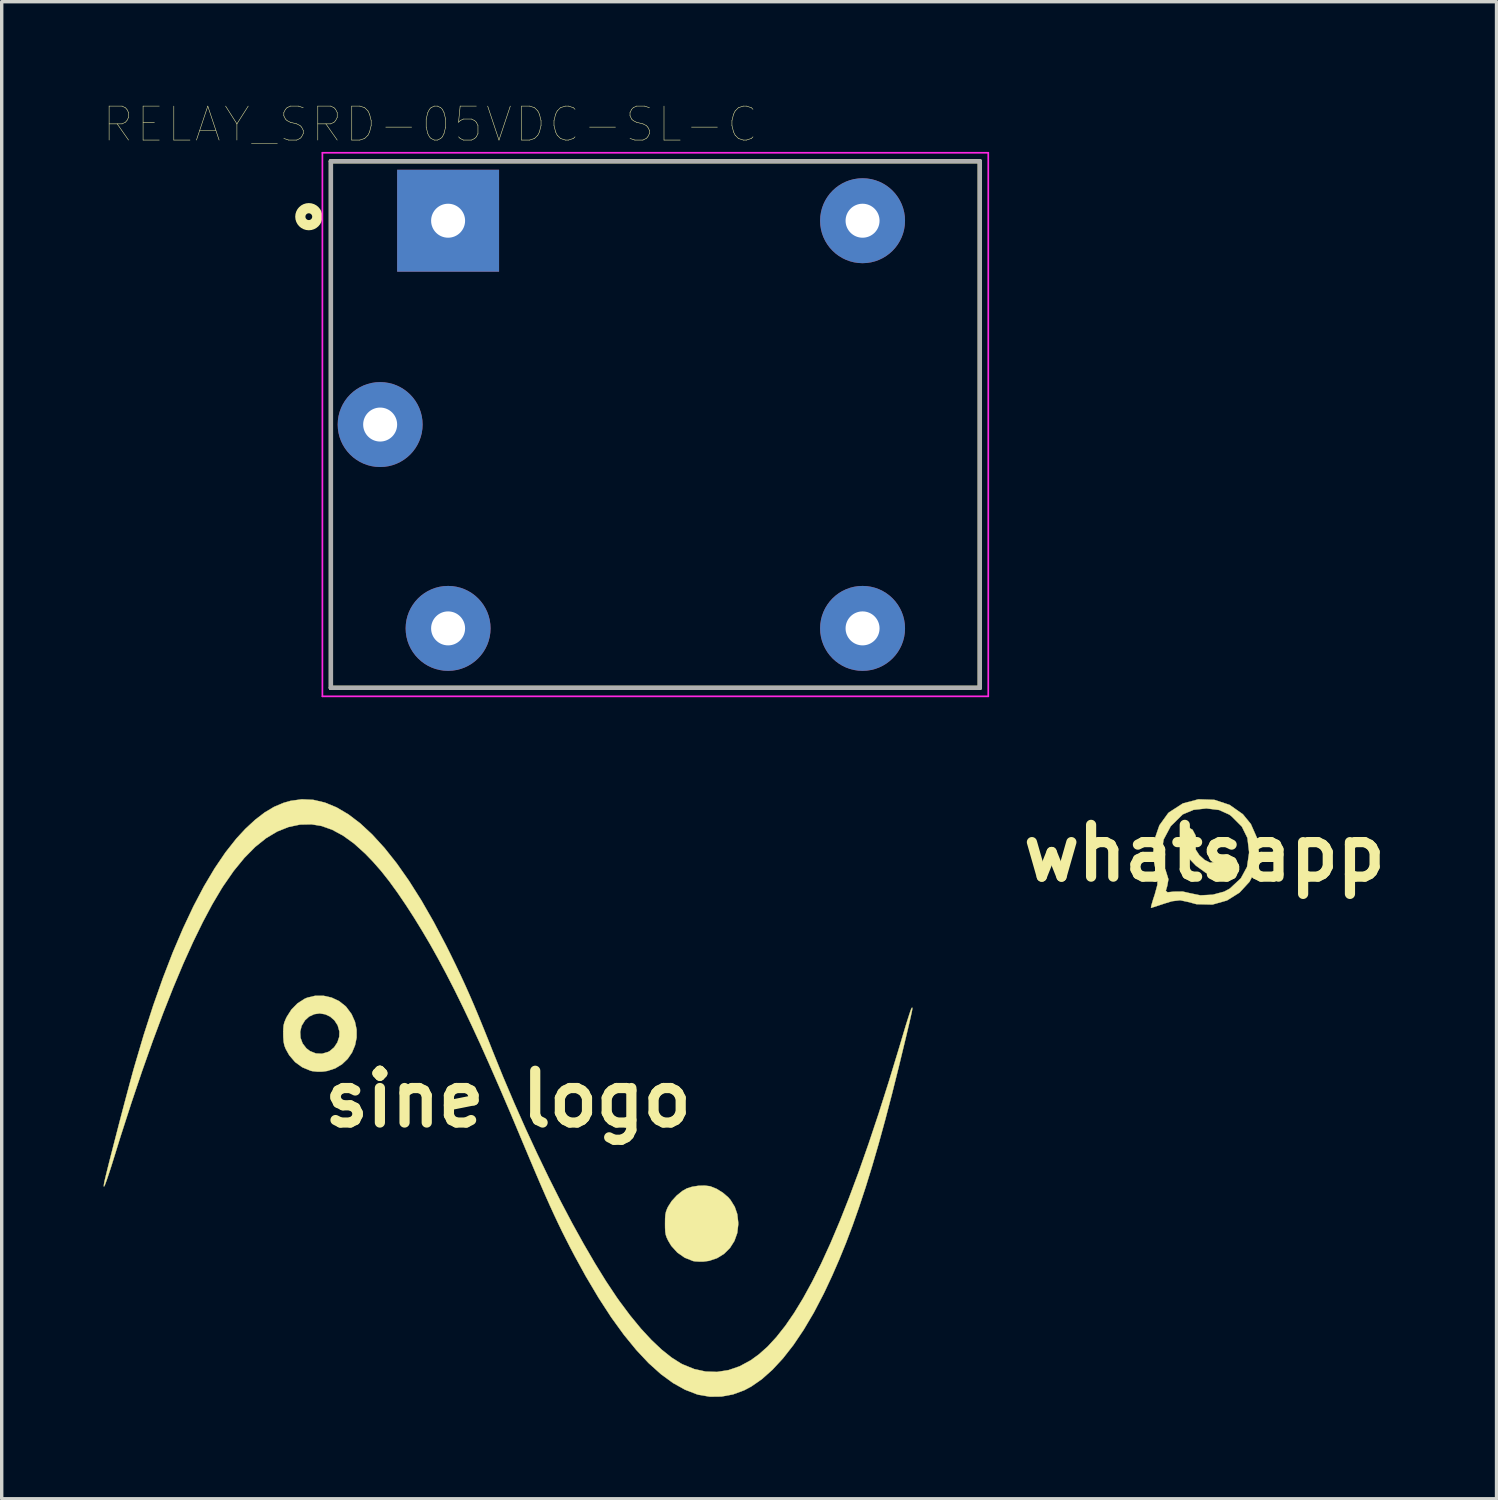
<source format=kicad_pcb>
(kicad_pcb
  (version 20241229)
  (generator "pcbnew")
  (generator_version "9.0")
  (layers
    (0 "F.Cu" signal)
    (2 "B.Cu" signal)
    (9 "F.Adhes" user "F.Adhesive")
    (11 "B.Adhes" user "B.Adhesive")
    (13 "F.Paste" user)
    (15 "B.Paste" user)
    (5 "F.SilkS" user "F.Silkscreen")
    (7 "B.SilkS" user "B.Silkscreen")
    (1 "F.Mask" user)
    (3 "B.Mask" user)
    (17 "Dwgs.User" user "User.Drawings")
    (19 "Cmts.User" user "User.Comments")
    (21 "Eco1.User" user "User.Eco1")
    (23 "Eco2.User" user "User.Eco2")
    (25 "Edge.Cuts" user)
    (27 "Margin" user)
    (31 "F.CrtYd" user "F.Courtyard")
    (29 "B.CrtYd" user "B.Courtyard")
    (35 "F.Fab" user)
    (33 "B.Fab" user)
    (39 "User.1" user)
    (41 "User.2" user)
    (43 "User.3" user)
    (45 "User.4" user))
  (footprint "whatsapp"
    (layer "F.Cu")
    (at 32.405 22.065)
    (property "Reference" "whatsapp" (at 0 0 0) (layer "F.SilkS") (effects (font (size 1.524 1.524) (thickness 0.3))))
    (attr through_hole)
    (fp_poly (pts (xy -0.351 -0.69) (xy -0.261 -0.521) (xy -0.236 -0.329) (xy -0.263 -0.235) (xy -0.257 -0.102) (xy -0.153 0.057) (xy 0.004 0.198) (xy 0.166 0.279) (xy 0.283 0.259) (xy 0.471 0.174) (xy 0.677 0.223) (xy 0.762 0.296) (xy 0.819 0.449) (xy 0.745 0.572) (xy 0.578 0.651) (xy 0.356 0.669) (xy 0.115 0.614) (xy 0.042 0.579) (xy -0.253 0.365) (xy -0.516 0.09) (xy -0.678 -0.172) (xy -0.721 -0.406) (xy -0.672 -0.616) (xy -0.551 -0.745) (xy -0.476 -0.762) (xy -0.351 -0.69)) (stroke (width 0.01) (type solid)) (fill yes) (layer "F.SilkS"))
    (fp_poly (pts (xy 0.29 -1.571) (xy 0.738 -1.423) (xy 1.129 -1.148) (xy 1.364 -0.86) (xy 1.56 -0.416) (xy 1.606 0.031) (xy 1.521 0.457) (xy 1.324 0.841) (xy 1.031 1.159) (xy 0.662 1.39) (xy 0.234 1.511) (xy -0.234 1.5) (xy -0.495 1.431) (xy -0.717 1.384) (xy -0.958 1.413) (xy -1.158 1.474) (xy -1.39 1.551) (xy -1.544 1.6) (xy -1.576 1.609) (xy -1.564 1.537) (xy -1.51 1.353) (xy -1.464 1.215) (xy -1.386 0.929) (xy -1.383 0.712) (xy -1.427 0.553) (xy -1.516 0.095) (xy -1.51 0.014) (xy -1.269 0.014) (xy -1.182 0.425) (xy -1.143 0.507) (xy -1.062 0.767) (xy -1.097 0.963) (xy -1.139 1.105) (xy -1.088 1.15) (xy -0.907 1.131) (xy -0.906 1.131) (xy -0.642 1.128) (xy -0.423 1.178) (xy -0.12 1.24) (xy 0.242 1.221) (xy 0.579 1.131) (xy 0.745 1.041) (xy 1.071 0.737) (xy 1.252 0.403) (xy 1.312 -0.008) (xy 1.312 -0.042) (xy 1.263 -0.451) (xy 1.1 -0.783) (xy 0.799 -1.084) (xy 0.729 -1.138) (xy 0.429 -1.273) (xy 0.055 -1.319) (xy -0.323 -1.277) (xy -0.633 -1.147) (xy -0.65 -1.135) (xy -0.994 -0.796) (xy -1.204 -0.402) (xy -1.269 0.014) (xy -1.51 0.014) (xy -1.479 -0.381) (xy -1.327 -0.822) (xy -1.071 -1.177) (xy -1.043 -1.203) (xy -0.636 -1.466) (xy -0.179 -1.587) (xy 0.29 -1.571)) (stroke (width 0.01) (type solid)) (fill yes) (layer "F.SilkS")))
  (footprint "sine logo"
    (layer "F.Cu")
    (at 11.906 29.303)
    (property "Reference" "sine logo" (at 0 0 0) (layer "F.SilkS") (effects (font (size 1.524 1.524) (thickness 0.3))))
    (attr through_hole)
    (fp_poly (pts (xy 5.941 2.564) (xy 5.953 2.567) (xy 6.138 2.641) (xy 6.323 2.756) (xy 6.483 2.894) (xy 6.547 2.969) (xy 6.672 3.171) (xy 6.746 3.386) (xy 6.774 3.631) (xy 6.775 3.685) (xy 6.745 3.941) (xy 6.661 4.176) (xy 6.53 4.382) (xy 6.358 4.553) (xy 6.152 4.681) (xy 5.918 4.76) (xy 5.75 4.782) (xy 5.624 4.783) (xy 5.511 4.776) (xy 5.445 4.766) (xy 5.198 4.667) (xy 4.982 4.516) (xy 4.804 4.32) (xy 4.713 4.168) (xy 4.669 4.076) (xy 4.642 3.996) (xy 4.627 3.907) (xy 4.621 3.79) (xy 4.62 3.667) (xy 4.622 3.513) (xy 4.63 3.402) (xy 4.648 3.315) (xy 4.679 3.232) (xy 4.707 3.171) (xy 4.816 3) (xy 4.964 2.838) (xy 5.131 2.703) (xy 5.263 2.628) (xy 5.417 2.58) (xy 5.6 2.551) (xy 5.784 2.545) (xy 5.941 2.564)) (stroke (width 0.01) (type solid)) (fill yes) (layer "F.SilkS"))
    (fp_poly (pts (xy -5.433 -3.042) (xy -5.194 -2.988) (xy -4.973 -2.884) (xy -4.783 -2.733) (xy -4.763 -2.712) (xy -4.608 -2.503) (xy -4.508 -2.278) (xy -4.459 -2.045) (xy -4.459 -1.812) (xy -4.505 -1.586) (xy -4.593 -1.374) (xy -4.722 -1.185) (xy -4.889 -1.026) (xy -5.09 -0.905) (xy -5.322 -0.829) (xy -5.468 -0.809) (xy -5.615 -0.808) (xy -5.757 -0.823) (xy -5.812 -0.835) (xy -6.058 -0.937) (xy -6.269 -1.09) (xy -6.442 -1.292) (xy -6.547 -1.479) (xy -6.585 -1.579) (xy -6.607 -1.686) (xy -6.617 -1.822) (xy -6.619 -1.921) (xy -6.618 -1.983) (xy -6.12 -1.983) (xy -6.11 -1.805) (xy -6.049 -1.639) (xy -5.938 -1.495) (xy -5.832 -1.414) (xy -5.659 -1.345) (xy -5.477 -1.336) (xy -5.299 -1.388) (xy -5.252 -1.413) (xy -5.122 -1.522) (xy -5.025 -1.669) (xy -4.97 -1.834) (xy -4.965 -1.989) (xy -5.016 -2.171) (xy -5.111 -2.318) (xy -5.237 -2.428) (xy -5.385 -2.497) (xy -5.546 -2.523) (xy -5.707 -2.5) (xy -5.86 -2.428) (xy -5.978 -2.32) (xy -6.077 -2.158) (xy -6.12 -1.983) (xy -6.618 -1.983) (xy -6.617 -2.067) (xy -6.608 -2.172) (xy -6.585 -2.261) (xy -6.545 -2.358) (xy -6.516 -2.419) (xy -6.377 -2.637) (xy -6.199 -2.818) (xy -5.991 -2.952) (xy -5.912 -2.986) (xy -5.677 -3.042) (xy -5.433 -3.042)) (stroke (width 0.01) (type solid)) (fill yes) (layer "F.SilkS"))
    (fp_poly (pts (xy -5.735 -8.809) (xy -5.394 -8.729) (xy -5.049 -8.587) (xy -4.701 -8.382) (xy -4.35 -8.115) (xy -3.996 -7.785) (xy -3.639 -7.394) (xy -3.279 -6.941) (xy -2.918 -6.427) (xy -2.554 -5.851) (xy -2.189 -5.215) (xy -1.822 -4.517) (xy -1.699 -4.27) (xy -1.545 -3.955) (xy -1.403 -3.657) (xy -1.269 -3.367) (xy -1.138 -3.074) (xy -1.006 -2.769) (xy -0.868 -2.44) (xy -0.72 -2.078) (xy -0.557 -1.673) (xy -0.46 -1.427) (xy -0.147 -0.655) (xy 0.178 0.11) (xy 0.512 0.863) (xy 0.853 1.599) (xy 1.197 2.313) (xy 1.542 2.999) (xy 1.886 3.652) (xy 2.226 4.266) (xy 2.558 4.836) (xy 2.88 5.357) (xy 3.19 5.823) (xy 3.268 5.934) (xy 3.589 6.365) (xy 3.906 6.751) (xy 4.218 7.089) (xy 4.521 7.375) (xy 4.812 7.607) (xy 5.088 7.782) (xy 5.14 7.808) (xy 5.475 7.945) (xy 5.813 8.019) (xy 6.15 8.03) (xy 6.485 7.978) (xy 6.817 7.864) (xy 7.143 7.687) (xy 7.383 7.513) (xy 7.642 7.282) (xy 7.9 7.002) (xy 8.16 6.673) (xy 8.421 6.293) (xy 8.684 5.861) (xy 8.949 5.377) (xy 9.217 4.839) (xy 9.488 4.246) (xy 9.762 3.598) (xy 10.041 2.893) (xy 10.325 2.13) (xy 10.613 1.309) (xy 10.907 0.428) (xy 11.206 -0.514) (xy 11.512 -1.517) (xy 11.637 -1.937) (xy 11.698 -2.14) (xy 11.755 -2.324) (xy 11.805 -2.479) (xy 11.844 -2.596) (xy 11.871 -2.667) (xy 11.88 -2.683) (xy 11.892 -2.692) (xy 11.899 -2.688) (xy 11.899 -2.665) (xy 11.892 -2.616) (xy 11.875 -2.535) (xy 11.849 -2.416) (xy 11.812 -2.253) (xy 11.762 -2.04) (xy 11.711 -1.826) (xy 11.501 -0.956) (xy 11.298 -0.144) (xy 11.1 0.612) (xy 10.906 1.318) (xy 10.714 1.978) (xy 10.523 2.596) (xy 10.332 3.175) (xy 10.14 3.721) (xy 9.944 4.238) (xy 9.744 4.728) (xy 9.539 5.198) (xy 9.327 5.651) (xy 9.288 5.731) (xy 8.999 6.285) (xy 8.702 6.787) (xy 8.4 7.236) (xy 8.092 7.63) (xy 7.781 7.966) (xy 7.469 8.244) (xy 7.156 8.461) (xy 6.951 8.57) (xy 6.62 8.692) (xy 6.28 8.755) (xy 5.94 8.759) (xy 5.609 8.703) (xy 5.556 8.688) (xy 5.207 8.553) (xy 4.854 8.356) (xy 4.498 8.095) (xy 4.138 7.772) (xy 3.775 7.385) (xy 3.408 6.936) (xy 3.037 6.424) (xy 2.663 5.848) (xy 2.284 5.209) (xy 1.961 4.62) (xy 1.83 4.371) (xy 1.708 4.132) (xy 1.589 3.896) (xy 1.473 3.656) (xy 1.355 3.405) (xy 1.232 3.137) (xy 1.102 2.846) (xy 0.961 2.523) (xy 0.807 2.163) (xy 0.636 1.759) (xy 0.445 1.305) (xy 0.394 1.183) (xy 0.067 0.404) (xy -0.243 -0.318) (xy -0.536 -0.988) (xy -0.814 -1.611) (xy -1.081 -2.189) (xy -1.337 -2.727) (xy -1.584 -3.229) (xy -1.826 -3.699) (xy -2.063 -4.142) (xy -2.297 -4.56) (xy -2.532 -4.958) (xy -2.767 -5.341) (xy -2.998 -5.699) (xy -3.259 -6.083) (xy -3.503 -6.419) (xy -3.738 -6.716) (xy -3.974 -6.985) (xy -4.205 -7.225) (xy -4.535 -7.523) (xy -4.861 -7.758) (xy -5.182 -7.931) (xy -5.499 -8.042) (xy -5.785 -8.088) (xy -6.126 -8.081) (xy -6.463 -8.01) (xy -6.795 -7.877) (xy -7.122 -7.682) (xy -7.445 -7.423) (xy -7.763 -7.101) (xy -8.078 -6.716) (xy -8.388 -6.268) (xy -8.438 -6.189) (xy -8.709 -5.732) (xy -8.986 -5.212) (xy -9.27 -4.631) (xy -9.56 -3.989) (xy -9.855 -3.287) (xy -10.156 -2.525) (xy -10.462 -1.705) (xy -10.773 -0.827) (xy -11.088 0.108) (xy -11.408 1.099) (xy -11.589 1.683) (xy -11.679 1.972) (xy -11.755 2.205) (xy -11.815 2.383) (xy -11.86 2.504) (xy -11.888 2.567) (xy -11.901 2.571) (xy -11.897 2.515) (xy -11.888 2.461) (xy -11.872 2.385) (xy -11.841 2.255) (xy -11.798 2.079) (xy -11.744 1.863) (xy -11.681 1.615) (xy -11.611 1.343) (xy -11.536 1.053) (xy -11.459 0.754) (xy -11.38 0.452) (xy -11.302 0.155) (xy -11.226 -0.13) (xy -11.155 -0.395) (xy -11.091 -0.633) (xy -11.035 -0.838) (xy -10.999 -0.964) (xy -10.727 -1.884) (xy -10.447 -2.752) (xy -10.16 -3.566) (xy -9.867 -4.325) (xy -9.567 -5.028) (xy -9.263 -5.674) (xy -8.953 -6.263) (xy -8.639 -6.791) (xy -8.321 -7.26) (xy -8 -7.667) (xy -7.734 -7.955) (xy -7.443 -8.224) (xy -7.165 -8.438) (xy -6.89 -8.602) (xy -6.611 -8.72) (xy -6.405 -8.779) (xy -6.072 -8.825) (xy -5.735 -8.809)) (stroke (width 0.01) (type solid)) (fill yes) (layer "F.SilkS")))
  (footprint "RELAY_SRD-05VDC-SL-C"
    (layer "F.Cu")
    (at 16.24 9.447)
    (property "Reference" "RELAY_SRD-05VDC-SL-C" (at -6.626 -8.836 0) (layer "F.SilkS") (effects (font (size 1 1) (thickness 0.015))))
    (attr through_hole)
    (fp_line (start -9.55 -7.75) (end 9.55 -7.75) (stroke (width 0.127) (type solid)) (layer "F.SilkS"))
    (fp_line (start -9.55 7.75) (end -9.55 -7.75) (stroke (width 0.127) (type solid)) (layer "F.SilkS"))
    (fp_line (start 9.55 -7.75) (end 9.55 7.75) (stroke (width 0.127) (type solid)) (layer "F.SilkS"))
    (fp_line (start 9.55 7.75) (end -9.55 7.75) (stroke (width 0.127) (type solid)) (layer "F.SilkS"))
    (fp_circle (center -10.2 -6.119) (end -10.1 -6.119) (stroke (width 0.3) (type solid)) (fill no) (layer "F.SilkS"))
    (fp_line (start -9.8 -8) (end 9.8 -8) (stroke (width 0.05) (type solid)) (layer "F.CrtYd"))
    (fp_line (start -9.8 8) (end -9.8 -8) (stroke (width 0.05) (type solid)) (layer "F.CrtYd"))
    (fp_line (start 9.8 -8) (end 9.8 8) (stroke (width 0.05) (type solid)) (layer "F.CrtYd"))
    (fp_line (start 9.8 8) (end -9.8 8) (stroke (width 0.05) (type solid)) (layer "F.CrtYd"))
    (fp_line (start -9.55 -7.75) (end 9.55 -7.75) (stroke (width 0.127) (type solid)) (layer "F.Fab"))
    (fp_line (start -9.55 7.75) (end -9.55 -7.75) (stroke (width 0.127) (type solid)) (layer "F.Fab"))
    (fp_line (start 9.55 -7.75) (end 9.55 7.75) (stroke (width 0.127) (type solid)) (layer "F.Fab"))
    (fp_line (start 9.55 7.75) (end -9.55 7.75) (stroke (width 0.127) (type solid)) (layer "F.Fab"))
    (pad "A1" thru_hole rect (at -6.1 -6) (size 3 3) (drill 1) (layers "*.Cu" "*.Mask"))
    (pad "A2" thru_hole circle (at -6.1 6) (size 2.5 2.5) (drill 1) (layers "*.Cu" "*.Mask"))
    (pad "COM" thru_hole circle (at -8.1 0) (size 2.5 2.5) (drill 1) (layers "*.Cu" "*.Mask"))
    (pad "NC" thru_hole circle (at 6.1 -6) (size 2.5 2.5) (drill 1) (layers "*.Cu" "*.Mask"))
    (pad "NO" thru_hole circle (at 6.1 6) (size 2.5 2.5) (drill 1) (layers "*.Cu" "*.Mask")))
  (gr_rect
    (start -3 -3)
    (end 41.001 41.067)
    (stroke (width 0.1) (type default))
    (fill no)
    (layer "Edge.Cuts")))
</source>
